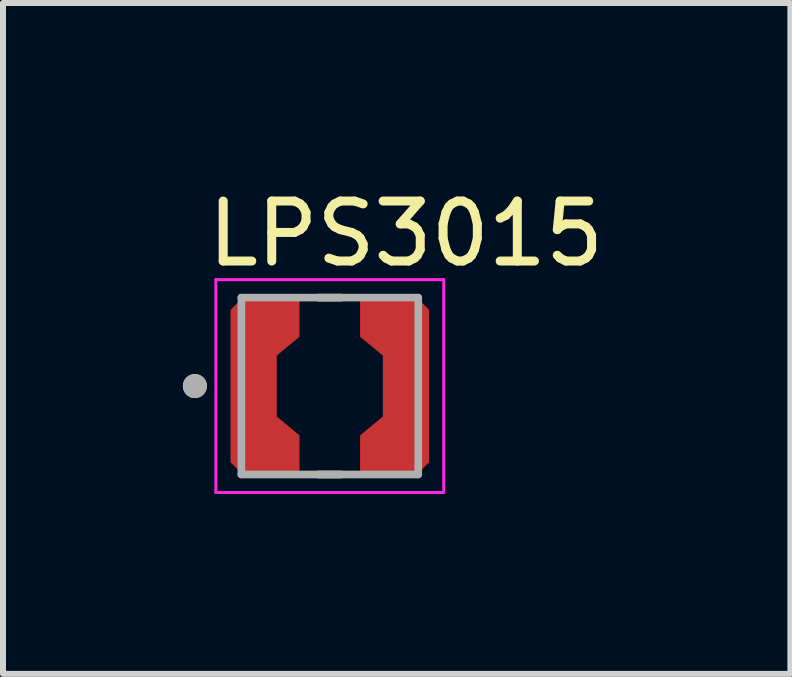
<source format=kicad_pcb>
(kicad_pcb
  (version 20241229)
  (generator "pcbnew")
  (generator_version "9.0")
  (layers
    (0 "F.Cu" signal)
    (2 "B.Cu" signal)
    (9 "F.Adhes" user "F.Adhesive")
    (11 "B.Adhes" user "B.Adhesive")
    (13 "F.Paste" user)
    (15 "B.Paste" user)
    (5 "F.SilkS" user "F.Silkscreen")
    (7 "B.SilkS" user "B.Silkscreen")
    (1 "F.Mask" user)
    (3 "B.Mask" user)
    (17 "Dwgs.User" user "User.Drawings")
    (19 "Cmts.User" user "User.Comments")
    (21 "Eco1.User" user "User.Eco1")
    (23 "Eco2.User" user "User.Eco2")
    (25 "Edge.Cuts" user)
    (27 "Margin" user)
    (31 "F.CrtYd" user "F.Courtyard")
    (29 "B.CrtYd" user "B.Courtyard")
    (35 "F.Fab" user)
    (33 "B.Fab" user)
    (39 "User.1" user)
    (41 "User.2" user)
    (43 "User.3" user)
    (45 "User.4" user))
  (footprint "LPS3015"
    (layer "F.Cu")
    (at 2.45 3.388)
    (property "Reference" "LPS3015" (at 1.27 -2.54 0) (layer "F.SilkS") (effects (font (size 1 1) (thickness 0.15))))
    (attr smd)
    (fp_poly (pts (xy -1.75 -1.311) (xy -1.75 1.311) (xy -1.436 1.625) (xy -0.41 1.625) (xy -0.41 0.778) (xy -0.79 0.463) (xy -0.79 -0.463) (xy -0.41 -0.778) (xy -0.41 -1.625) (xy -1.436 -1.625)) (stroke (width 0.01) (type solid)) (fill yes) (layer "F.Mask"))
    (fp_poly (pts (xy 1.75 1.311) (xy 1.75 -1.311) (xy 1.436 -1.625) (xy 0.41 -1.625) (xy 0.41 -0.778) (xy 0.79 -0.463) (xy 0.79 0.463) (xy 0.41 0.778) (xy 0.41 1.625) (xy 1.436 1.625)) (stroke (width 0.01) (type solid)) (fill yes) (layer "F.Mask"))
    (fp_line (start -0.195 -1.475) (end 0.195 -1.475) (stroke (width 0.127) (type solid)) (layer "F.SilkS"))
    (fp_line (start 0.195 1.475) (end -0.195 1.475) (stroke (width 0.127) (type solid)) (layer "F.SilkS"))
    (fp_circle (center -2.25 0) (end -2.15 0) (stroke (width 0.2) (type solid)) (fill no) (layer "F.SilkS"))
    (fp_poly (pts (xy -1.395 1.525) (xy -1.65 1.27) (xy -1.65 -1.27) (xy -1.395 -1.525) (xy -0.51 -1.525) (xy -0.51 -0.825) (xy -0.89 -0.51) (xy -0.89 0.51) (xy -0.51 0.825) (xy -0.51 1.525)) (stroke (width 0.01) (type solid)) (fill yes) (layer "F.Paste"))
    (fp_poly (pts (xy 1.395 -1.525) (xy 1.65 -1.27) (xy 1.65 1.27) (xy 1.395 1.525) (xy 0.51 1.525) (xy 0.51 0.825) (xy 0.89 0.51) (xy 0.89 -0.51) (xy 0.51 -0.825) (xy 0.51 -1.525)) (stroke (width 0.01) (type solid)) (fill yes) (layer "F.Paste"))
    (fp_line (start -1.9 -1.775) (end 1.9 -1.775) (stroke (width 0.05) (type solid)) (layer "F.CrtYd"))
    (fp_line (start -1.9 1.775) (end -1.9 -1.775) (stroke (width 0.05) (type solid)) (layer "F.CrtYd"))
    (fp_line (start 1.9 -1.775) (end 1.9 1.775) (stroke (width 0.05) (type solid)) (layer "F.CrtYd"))
    (fp_line (start 1.9 1.775) (end -1.9 1.775) (stroke (width 0.05) (type solid)) (layer "F.CrtYd"))
    (fp_line (start -1.475 -1.475) (end 1.475 -1.475) (stroke (width 0.127) (type solid)) (layer "F.Fab"))
    (fp_line (start -1.475 1.475) (end -1.475 -1.475) (stroke (width 0.127) (type solid)) (layer "F.Fab"))
    (fp_line (start 1.475 -1.475) (end 1.475 1.475) (stroke (width 0.127) (type solid)) (layer "F.Fab"))
    (fp_line (start 1.475 1.475) (end -1.475 1.475) (stroke (width 0.127) (type solid)) (layer "F.Fab"))
    (fp_circle (center -2.25 0) (end -2.15 0) (stroke (width 0.2) (type solid)) (fill no) (layer "F.Fab"))
    (pad "1" smd custom (at -1.27 0) (size 0.5 2) (layers "F.Cu") (options (anchor rect)) (primitives (gr_poly (pts (xy -0.125 1.525) (xy -0.38 1.27) (xy -0.38 -1.27) (xy -0.125 -1.525) (xy 0.76 -1.525) (xy 0.76 -0.825) (xy 0.38 -0.51) (xy 0.38 0.51) (xy 0.76 0.825) (xy 0.76 1.525)) (width 0.01) (fill yes))))
    (pad "2" smd custom (at 1.27 0) (size 0.5 2) (layers "F.Cu") (options (anchor rect)) (primitives (gr_poly (pts (xy 0.125 -1.525) (xy 0.38 -1.27) (xy 0.38 1.27) (xy 0.125 1.525) (xy -0.76 1.525) (xy -0.76 0.825) (xy -0.38 0.51) (xy -0.38 -0.51) (xy -0.76 -0.825) (xy -0.76 -1.525)) (width 0.01) (fill yes)))))
  (gr_rect
    (start -3 -3)
    (end 10.131 8.188)
    (stroke (width 0.1) (type default))
    (fill no)
    (layer "Edge.Cuts")))
</source>
